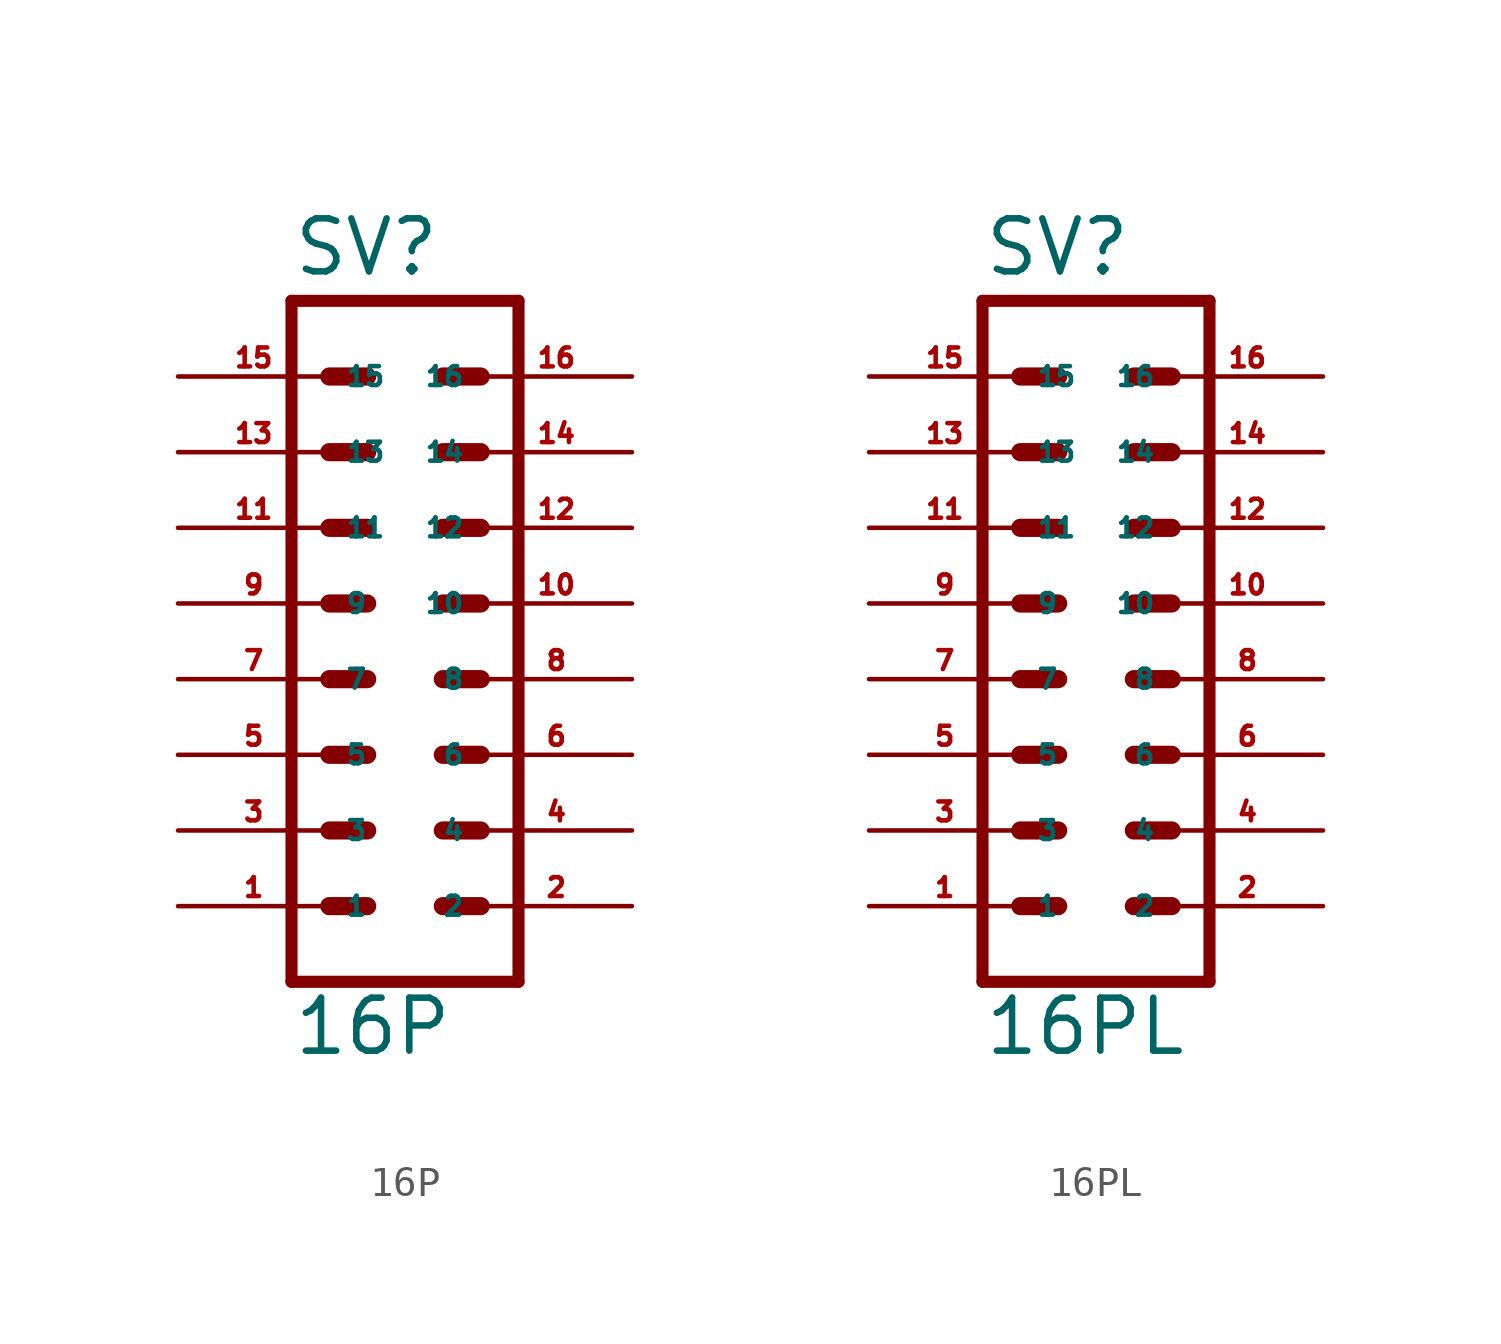
<source format=kicad_sym>
(kicad_symbol_lib
  (version 20220914)
  (generator Eagle2Kicad)
  (symbol "16P"
    (property "Reference" "SV"
      (at -3.81 10.922 0)
      (effects (font (size 1.778 1.778) (thickness 0.22)) (justify left bottom)))
    (property "Value" "16P"
      (at -3.81 -15.24 0)
      (effects (font (size 1.778 1.778) (thickness 0.22)) (justify left bottom)))
    (polyline
      (pts (xy 3.81 -12.7) (xy -3.81 -12.7))
      (stroke (width 0.406) (type default))
      (fill (type none)))
    (polyline
      (pts (xy -3.81 10.16) (xy -3.81 -12.7))
      (stroke (width 0.406) (type default))
      (fill (type none)))
    (polyline
      (pts (xy -3.81 10.16) (xy 3.81 10.16))
      (stroke (width 0.406) (type default))
      (fill (type none)))
    (polyline
      (pts (xy 3.81 -12.7) (xy 3.81 10.16))
      (stroke (width 0.406) (type default))
      (fill (type none)))
    (polyline
      (pts (xy -2.54 -10.16) (xy -1.27 -10.16))
      (stroke (width 0.61) (type default))
      (fill (type none)))
    (polyline
      (pts (xy -2.54 -7.62) (xy -1.27 -7.62))
      (stroke (width 0.61) (type default))
      (fill (type none)))
    (polyline
      (pts (xy -2.54 -5.08) (xy -1.27 -5.08))
      (stroke (width 0.61) (type default))
      (fill (type none)))
    (polyline
      (pts (xy -2.54 -2.54) (xy -1.27 -2.54))
      (stroke (width 0.61) (type default))
      (fill (type none)))
    (polyline
      (pts (xy -2.54 0) (xy -1.27 0))
      (stroke (width 0.61) (type default))
      (fill (type none)))
    (polyline
      (pts (xy -2.54 2.54) (xy -1.27 2.54))
      (stroke (width 0.61) (type default))
      (fill (type none)))
    (polyline
      (pts (xy -2.54 5.08) (xy -1.27 5.08))
      (stroke (width 0.61) (type default))
      (fill (type none)))
    (polyline
      (pts (xy -2.54 7.62) (xy -1.27 7.62))
      (stroke (width 0.61) (type default))
      (fill (type none)))
    (polyline
      (pts (xy 2.54 -10.16) (xy 1.27 -10.16))
      (stroke (width 0.61) (type default))
      (fill (type none)))
    (polyline
      (pts (xy 2.54 -7.62) (xy 1.27 -7.62))
      (stroke (width 0.61) (type default))
      (fill (type none)))
    (polyline
      (pts (xy 2.54 -5.08) (xy 1.27 -5.08))
      (stroke (width 0.61) (type default))
      (fill (type none)))
    (polyline
      (pts (xy 2.54 -2.54) (xy 1.27 -2.54))
      (stroke (width 0.61) (type default))
      (fill (type none)))
    (polyline
      (pts (xy 2.54 0) (xy 1.27 0))
      (stroke (width 0.61) (type default))
      (fill (type none)))
    (polyline
      (pts (xy 2.54 2.54) (xy 1.27 2.54))
      (stroke (width 0.61) (type default))
      (fill (type none)))
    (polyline
      (pts (xy 2.54 5.08) (xy 1.27 5.08))
      (stroke (width 0.61) (type default))
      (fill (type none)))
    (polyline
      (pts (xy 2.54 7.62) (xy 1.27 7.62))
      (stroke (width 0.61) (type default))
      (fill (type none)))
    (pin passive line
      (at -7.62 7.62 0)
      (length 5.08)
      (name "15" (effects (font (size 0.635 0.635) (thickness 0.08)) (justify left bottom)))
      (number "15" (effects (font (size 0.635 0.635) (thickness 0.08)) (justify left bottom))))
    (pin passive line
      (at -7.62 5.08 0)
      (length 5.08)
      (name "13" (effects (font (size 0.635 0.635) (thickness 0.08)) (justify left bottom)))
      (number "13" (effects (font (size 0.635 0.635) (thickness 0.08)) (justify left bottom))))
    (pin passive line
      (at -7.62 2.54 0)
      (length 5.08)
      (name "11" (effects (font (size 0.635 0.635) (thickness 0.08)) (justify left bottom)))
      (number "11" (effects (font (size 0.635 0.635) (thickness 0.08)) (justify left bottom))))
    (pin passive line
      (at -7.62 0 0)
      (length 5.08)
      (name "9" (effects (font (size 0.635 0.635) (thickness 0.08)) (justify left bottom)))
      (number "9" (effects (font (size 0.635 0.635) (thickness 0.08)) (justify left bottom))))
    (pin passive line
      (at -7.62 -2.54 0)
      (length 5.08)
      (name "7" (effects (font (size 0.635 0.635) (thickness 0.08)) (justify left bottom)))
      (number "7" (effects (font (size 0.635 0.635) (thickness 0.08)) (justify left bottom))))
    (pin passive line
      (at -7.62 -5.08 0)
      (length 5.08)
      (name "5" (effects (font (size 0.635 0.635) (thickness 0.08)) (justify left bottom)))
      (number "5" (effects (font (size 0.635 0.635) (thickness 0.08)) (justify left bottom))))
    (pin passive line
      (at -7.62 -7.62 0)
      (length 5.08)
      (name "3" (effects (font (size 0.635 0.635) (thickness 0.08)) (justify left bottom)))
      (number "3" (effects (font (size 0.635 0.635) (thickness 0.08)) (justify left bottom))))
    (pin passive line
      (at -7.62 -10.16 0)
      (length 5.08)
      (name "1" (effects (font (size 0.635 0.635) (thickness 0.08)) (justify left bottom)))
      (number "1" (effects (font (size 0.635 0.635) (thickness 0.08)) (justify left bottom))))
    (pin passive line
      (at 7.62 7.62 180)
      (length 5.08)
      (name "16" (effects (font (size 0.635 0.635) (thickness 0.08)) (justify left bottom)))
      (number "16" (effects (font (size 0.635 0.635) (thickness 0.08)) (justify left bottom))))
    (pin passive line
      (at 7.62 5.08 180)
      (length 5.08)
      (name "14" (effects (font (size 0.635 0.635) (thickness 0.08)) (justify left bottom)))
      (number "14" (effects (font (size 0.635 0.635) (thickness 0.08)) (justify left bottom))))
    (pin passive line
      (at 7.62 2.54 180)
      (length 5.08)
      (name "12" (effects (font (size 0.635 0.635) (thickness 0.08)) (justify left bottom)))
      (number "12" (effects (font (size 0.635 0.635) (thickness 0.08)) (justify left bottom))))
    (pin passive line
      (at 7.62 0 180)
      (length 5.08)
      (name "10" (effects (font (size 0.635 0.635) (thickness 0.08)) (justify left bottom)))
      (number "10" (effects (font (size 0.635 0.635) (thickness 0.08)) (justify left bottom))))
    (pin passive line
      (at 7.62 -2.54 180)
      (length 5.08)
      (name "8" (effects (font (size 0.635 0.635) (thickness 0.08)) (justify left bottom)))
      (number "8" (effects (font (size 0.635 0.635) (thickness 0.08)) (justify left bottom))))
    (pin passive line
      (at 7.62 -5.08 180)
      (length 5.08)
      (name "6" (effects (font (size 0.635 0.635) (thickness 0.08)) (justify left bottom)))
      (number "6" (effects (font (size 0.635 0.635) (thickness 0.08)) (justify left bottom))))
    (pin passive line
      (at 7.62 -7.62 180)
      (length 5.08)
      (name "4" (effects (font (size 0.635 0.635) (thickness 0.08)) (justify left bottom)))
      (number "4" (effects (font (size 0.635 0.635) (thickness 0.08)) (justify left bottom))))
    (pin passive line
      (at 7.62 -10.16 180)
      (length 5.08)
      (name "2" (effects (font (size 0.635 0.635) (thickness 0.08)) (justify left bottom)))
      (number "2" (effects (font (size 0.635 0.635) (thickness 0.08)) (justify left bottom)))))
  (symbol "16PL"
    (property "Reference" "SV"
      (at -3.81 10.922 0)
      (effects (font (size 1.778 1.778) (thickness 0.22)) (justify left bottom)))
    (property "Value" "16PL"
      (at -3.81 -15.24 0)
      (effects (font (size 1.778 1.778) (thickness 0.22)) (justify left bottom)))
    (polyline
      (pts (xy 3.81 -12.7) (xy -3.81 -12.7))
      (stroke (width 0.406) (type default))
      (fill (type none)))
    (polyline
      (pts (xy -3.81 10.16) (xy -3.81 -12.7))
      (stroke (width 0.406) (type default))
      (fill (type none)))
    (polyline
      (pts (xy -3.81 10.16) (xy 3.81 10.16))
      (stroke (width 0.406) (type default))
      (fill (type none)))
    (polyline
      (pts (xy 3.81 -12.7) (xy 3.81 10.16))
      (stroke (width 0.406) (type default))
      (fill (type none)))
    (polyline
      (pts (xy -2.54 -10.16) (xy -1.27 -10.16))
      (stroke (width 0.61) (type default))
      (fill (type none)))
    (polyline
      (pts (xy -2.54 -7.62) (xy -1.27 -7.62))
      (stroke (width 0.61) (type default))
      (fill (type none)))
    (polyline
      (pts (xy -2.54 -5.08) (xy -1.27 -5.08))
      (stroke (width 0.61) (type default))
      (fill (type none)))
    (polyline
      (pts (xy -2.54 -2.54) (xy -1.27 -2.54))
      (stroke (width 0.61) (type default))
      (fill (type none)))
    (polyline
      (pts (xy -2.54 0) (xy -1.27 0))
      (stroke (width 0.61) (type default))
      (fill (type none)))
    (polyline
      (pts (xy -2.54 2.54) (xy -1.27 2.54))
      (stroke (width 0.61) (type default))
      (fill (type none)))
    (polyline
      (pts (xy -2.54 5.08) (xy -1.27 5.08))
      (stroke (width 0.61) (type default))
      (fill (type none)))
    (polyline
      (pts (xy -2.54 7.62) (xy -1.27 7.62))
      (stroke (width 0.61) (type default))
      (fill (type none)))
    (polyline
      (pts (xy 2.54 -10.16) (xy 1.27 -10.16))
      (stroke (width 0.61) (type default))
      (fill (type none)))
    (polyline
      (pts (xy 2.54 -7.62) (xy 1.27 -7.62))
      (stroke (width 0.61) (type default))
      (fill (type none)))
    (polyline
      (pts (xy 2.54 -5.08) (xy 1.27 -5.08))
      (stroke (width 0.61) (type default))
      (fill (type none)))
    (polyline
      (pts (xy 2.54 -2.54) (xy 1.27 -2.54))
      (stroke (width 0.61) (type default))
      (fill (type none)))
    (polyline
      (pts (xy 2.54 0) (xy 1.27 0))
      (stroke (width 0.61) (type default))
      (fill (type none)))
    (polyline
      (pts (xy 2.54 2.54) (xy 1.27 2.54))
      (stroke (width 0.61) (type default))
      (fill (type none)))
    (polyline
      (pts (xy 2.54 5.08) (xy 1.27 5.08))
      (stroke (width 0.61) (type default))
      (fill (type none)))
    (polyline
      (pts (xy 2.54 7.62) (xy 1.27 7.62))
      (stroke (width 0.61) (type default))
      (fill (type none)))
    (pin passive line
      (at -7.62 7.62 0)
      (length 5.08)
      (name "15" (effects (font (size 0.635 0.635) (thickness 0.08)) (justify left bottom)))
      (number "15" (effects (font (size 0.635 0.635) (thickness 0.08)) (justify left bottom))))
    (pin passive line
      (at -7.62 5.08 0)
      (length 5.08)
      (name "13" (effects (font (size 0.635 0.635) (thickness 0.08)) (justify left bottom)))
      (number "13" (effects (font (size 0.635 0.635) (thickness 0.08)) (justify left bottom))))
    (pin passive line
      (at -7.62 2.54 0)
      (length 5.08)
      (name "11" (effects (font (size 0.635 0.635) (thickness 0.08)) (justify left bottom)))
      (number "11" (effects (font (size 0.635 0.635) (thickness 0.08)) (justify left bottom))))
    (pin passive line
      (at -7.62 0 0)
      (length 5.08)
      (name "9" (effects (font (size 0.635 0.635) (thickness 0.08)) (justify left bottom)))
      (number "9" (effects (font (size 0.635 0.635) (thickness 0.08)) (justify left bottom))))
    (pin passive line
      (at -7.62 -2.54 0)
      (length 5.08)
      (name "7" (effects (font (size 0.635 0.635) (thickness 0.08)) (justify left bottom)))
      (number "7" (effects (font (size 0.635 0.635) (thickness 0.08)) (justify left bottom))))
    (pin passive line
      (at -7.62 -5.08 0)
      (length 5.08)
      (name "5" (effects (font (size 0.635 0.635) (thickness 0.08)) (justify left bottom)))
      (number "5" (effects (font (size 0.635 0.635) (thickness 0.08)) (justify left bottom))))
    (pin passive line
      (at -7.62 -7.62 0)
      (length 5.08)
      (name "3" (effects (font (size 0.635 0.635) (thickness 0.08)) (justify left bottom)))
      (number "3" (effects (font (size 0.635 0.635) (thickness 0.08)) (justify left bottom))))
    (pin passive line
      (at -7.62 -10.16 0)
      (length 5.08)
      (name "1" (effects (font (size 0.635 0.635) (thickness 0.08)) (justify left bottom)))
      (number "1" (effects (font (size 0.635 0.635) (thickness 0.08)) (justify left bottom))))
    (pin passive line
      (at 7.62 7.62 180)
      (length 5.08)
      (name "16" (effects (font (size 0.635 0.635) (thickness 0.08)) (justify left bottom)))
      (number "16" (effects (font (size 0.635 0.635) (thickness 0.08)) (justify left bottom))))
    (pin passive line
      (at 7.62 5.08 180)
      (length 5.08)
      (name "14" (effects (font (size 0.635 0.635) (thickness 0.08)) (justify left bottom)))
      (number "14" (effects (font (size 0.635 0.635) (thickness 0.08)) (justify left bottom))))
    (pin passive line
      (at 7.62 2.54 180)
      (length 5.08)
      (name "12" (effects (font (size 0.635 0.635) (thickness 0.08)) (justify left bottom)))
      (number "12" (effects (font (size 0.635 0.635) (thickness 0.08)) (justify left bottom))))
    (pin passive line
      (at 7.62 0 180)
      (length 5.08)
      (name "10" (effects (font (size 0.635 0.635) (thickness 0.08)) (justify left bottom)))
      (number "10" (effects (font (size 0.635 0.635) (thickness 0.08)) (justify left bottom))))
    (pin passive line
      (at 7.62 -2.54 180)
      (length 5.08)
      (name "8" (effects (font (size 0.635 0.635) (thickness 0.08)) (justify left bottom)))
      (number "8" (effects (font (size 0.635 0.635) (thickness 0.08)) (justify left bottom))))
    (pin passive line
      (at 7.62 -5.08 180)
      (length 5.08)
      (name "6" (effects (font (size 0.635 0.635) (thickness 0.08)) (justify left bottom)))
      (number "6" (effects (font (size 0.635 0.635) (thickness 0.08)) (justify left bottom))))
    (pin passive line
      (at 7.62 -7.62 180)
      (length 5.08)
      (name "4" (effects (font (size 0.635 0.635) (thickness 0.08)) (justify left bottom)))
      (number "4" (effects (font (size 0.635 0.635) (thickness 0.08)) (justify left bottom))))
    (pin passive line
      (at 7.62 -10.16 180)
      (length 5.08)
      (name "2" (effects (font (size 0.635 0.635) (thickness 0.08)) (justify left bottom)))
      (number "2" (effects (font (size 0.635 0.635) (thickness 0.08)) (justify left bottom))))))
</source>
